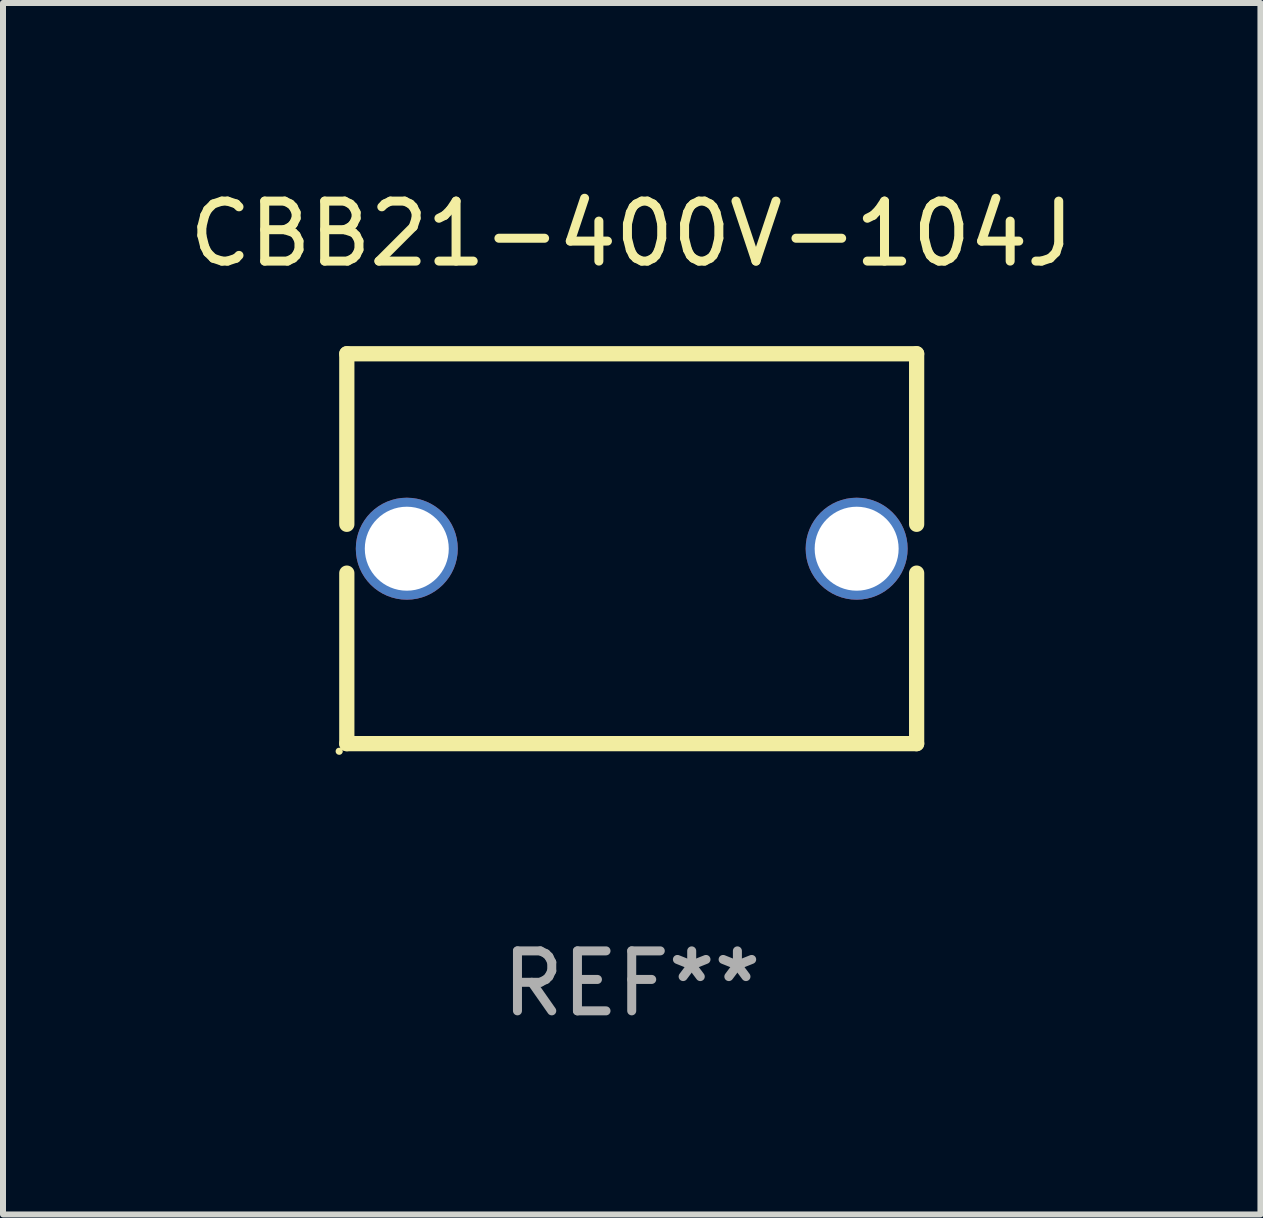
<source format=kicad_pcb>
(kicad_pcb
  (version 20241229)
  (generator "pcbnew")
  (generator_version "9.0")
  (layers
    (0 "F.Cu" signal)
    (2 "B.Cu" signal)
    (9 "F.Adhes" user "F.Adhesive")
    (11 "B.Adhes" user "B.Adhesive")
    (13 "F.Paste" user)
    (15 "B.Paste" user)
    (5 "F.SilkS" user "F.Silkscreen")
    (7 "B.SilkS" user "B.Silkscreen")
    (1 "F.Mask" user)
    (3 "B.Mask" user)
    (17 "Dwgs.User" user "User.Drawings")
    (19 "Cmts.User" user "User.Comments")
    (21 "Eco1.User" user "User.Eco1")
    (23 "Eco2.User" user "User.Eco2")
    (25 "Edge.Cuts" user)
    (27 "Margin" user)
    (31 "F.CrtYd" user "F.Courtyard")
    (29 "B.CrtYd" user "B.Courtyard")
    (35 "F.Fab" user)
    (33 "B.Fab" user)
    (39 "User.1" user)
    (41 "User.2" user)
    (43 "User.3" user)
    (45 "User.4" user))
  (footprint "CBB21-400V-104J"
    (layer "F.Cu")
    (at 7.482 6.098)
    (property "Reference" "CBB21-400V-104J" (at 0 -5.25 0) (layer "F.SilkS") (effects (font (size 1 1) (thickness 0.15))))
    (attr through_hole)
    (fp_line (start -4.75 -3.25) (end -4.75 -0.407) (stroke (width 0.254) (type solid)) (layer "F.SilkS"))
    (fp_line (start -4.75 -3.25) (end 4.75 -3.25) (stroke (width 0.254) (type solid)) (layer "F.SilkS"))
    (fp_line (start -4.75 0.407) (end -4.75 3.25) (stroke (width 0.254) (type solid)) (layer "F.SilkS"))
    (fp_line (start -4.75 3.25) (end 4.75 3.25) (stroke (width 0.254) (type solid)) (layer "F.SilkS"))
    (fp_line (start 4.75 -3.25) (end 4.75 -0.407) (stroke (width 0.254) (type solid)) (layer "F.SilkS"))
    (fp_line (start 4.75 0.407) (end 4.75 3.25) (stroke (width 0.254) (type solid)) (layer "F.SilkS"))
    (fp_circle (center -4.877 3.377) (end -4.847 3.377) (stroke (width 0.06) (type solid)) (fill no) (layer "F.SilkS"))
    (fp_text user "REF**" (at 0 7.25 0) (layer "F.Fab") (effects (font (size 1 1) (thickness 0.15))))
    (pad "1" thru_hole circle (at -3.75 0.000013) (size 1.7 1.7) (drill 1.4) (layers "*.Cu" "*.Mask"))
    (pad "2" thru_hole circle (at 3.75 0.000013) (size 1.7 1.7) (drill 1.4) (layers "*.Cu" "*.Mask")))
  (gr_rect
    (start -3 -3)
    (end 17.964 17.197)
    (stroke (width 0.1) (type default))
    (fill no)
    (layer "Edge.Cuts")))
</source>
